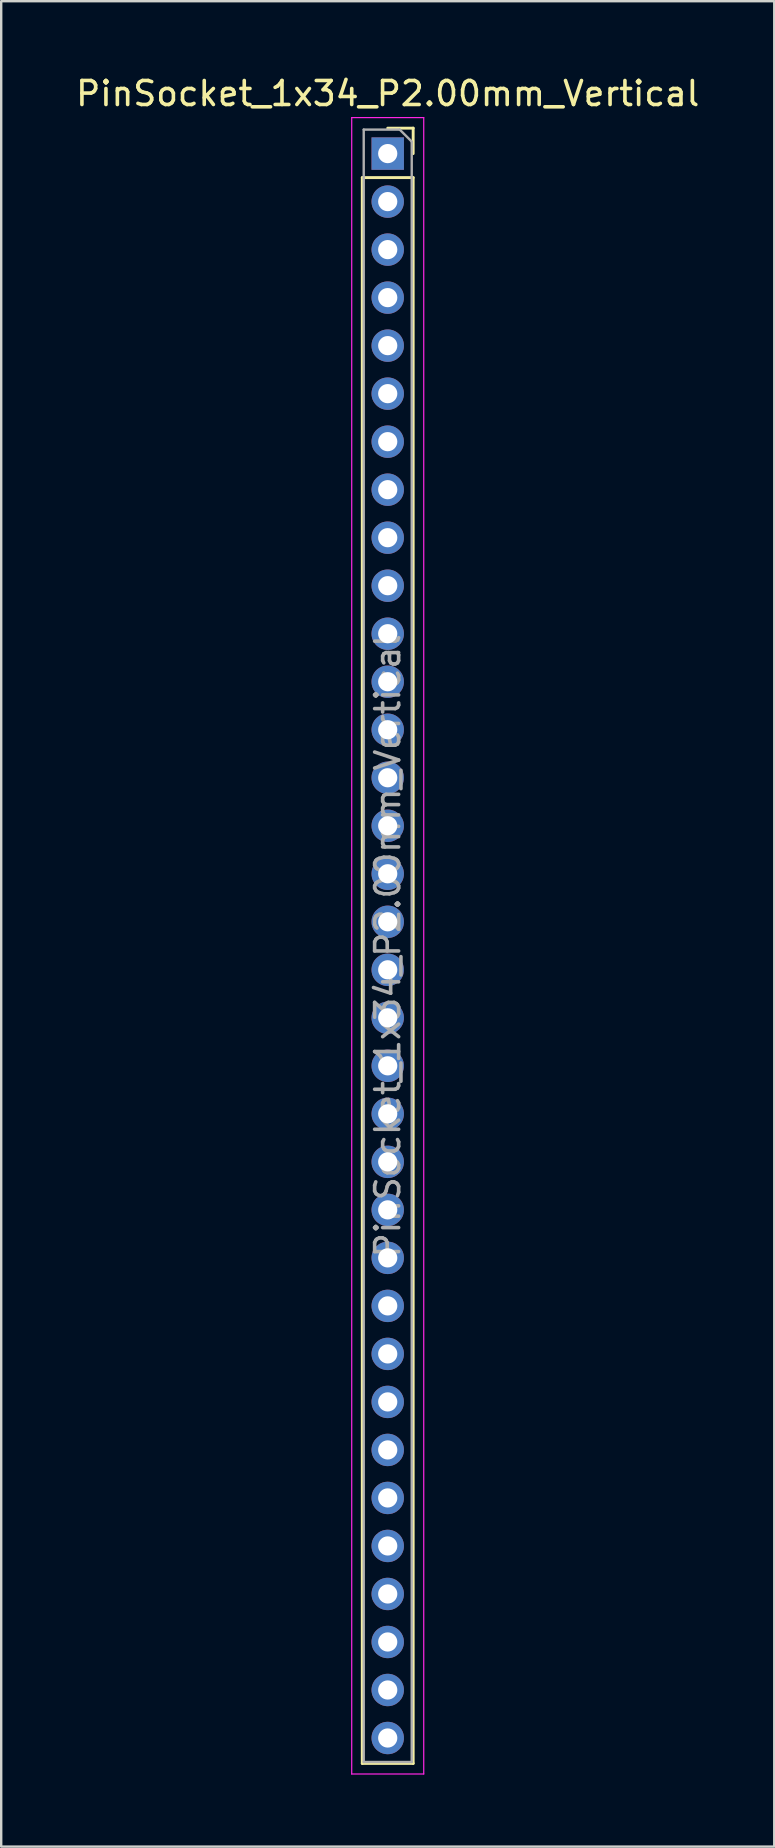
<source format=kicad_pcb>
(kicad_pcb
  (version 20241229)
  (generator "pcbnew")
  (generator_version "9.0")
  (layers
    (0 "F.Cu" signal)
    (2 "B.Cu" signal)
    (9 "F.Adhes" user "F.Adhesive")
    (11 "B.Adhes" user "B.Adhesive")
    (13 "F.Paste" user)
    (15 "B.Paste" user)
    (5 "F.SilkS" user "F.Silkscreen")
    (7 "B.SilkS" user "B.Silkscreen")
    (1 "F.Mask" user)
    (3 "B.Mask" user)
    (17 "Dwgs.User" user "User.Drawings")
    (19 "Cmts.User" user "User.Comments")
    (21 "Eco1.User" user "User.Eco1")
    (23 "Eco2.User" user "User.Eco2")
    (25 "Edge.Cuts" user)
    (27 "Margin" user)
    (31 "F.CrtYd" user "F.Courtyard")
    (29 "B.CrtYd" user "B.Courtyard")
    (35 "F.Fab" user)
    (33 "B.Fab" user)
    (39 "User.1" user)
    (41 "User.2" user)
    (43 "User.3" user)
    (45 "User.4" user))
  (footprint "PinSocket_1x34_P2.00mm_Vertical"
    (layer "F.Cu")
    (at 13.101 3.348)
    (property "Reference" "PinSocket_1x34_P2.00mm_Vertical" (at 0 -2.5 0) (layer "F.SilkS") (effects (font (size 1 1) (thickness 0.15))))
    (attr through_hole)
    (fp_line (start -1.06 1) (end -1.06 67.06) (stroke (width 0.12) (type solid)) (layer "F.SilkS"))
    (fp_line (start -1.06 1) (end 1.06 1) (stroke (width 0.12) (type solid)) (layer "F.SilkS"))
    (fp_line (start -1.06 67.06) (end 1.06 67.06) (stroke (width 0.12) (type solid)) (layer "F.SilkS"))
    (fp_line (start 0 -1.06) (end 1.06 -1.06) (stroke (width 0.12) (type solid)) (layer "F.SilkS"))
    (fp_line (start 1.06 -1.06) (end 1.06 0) (stroke (width 0.12) (type solid)) (layer "F.SilkS"))
    (fp_line (start 1.06 1) (end 1.06 67.06) (stroke (width 0.12) (type solid)) (layer "F.SilkS"))
    (fp_line (start -1.5 -1.5) (end 1.5 -1.5) (stroke (width 0.05) (type solid)) (layer "F.CrtYd"))
    (fp_line (start -1.5 67.5) (end -1.5 -1.5) (stroke (width 0.05) (type solid)) (layer "F.CrtYd"))
    (fp_line (start 1.5 -1.5) (end 1.5 67.5) (stroke (width 0.05) (type solid)) (layer "F.CrtYd"))
    (fp_line (start 1.5 67.5) (end -1.5 67.5) (stroke (width 0.05) (type solid)) (layer "F.CrtYd"))
    (fp_line (start -1 -1) (end 0.5 -1) (stroke (width 0.1) (type solid)) (layer "F.Fab"))
    (fp_line (start -1 67) (end -1 -1) (stroke (width 0.1) (type solid)) (layer "F.Fab"))
    (fp_line (start 0.5 -1) (end 1 -0.5) (stroke (width 0.1) (type solid)) (layer "F.Fab"))
    (fp_line (start 1 -0.5) (end 1 67) (stroke (width 0.1) (type solid)) (layer "F.Fab"))
    (fp_line (start 1 67) (end -1 67) (stroke (width 0.1) (type solid)) (layer "F.Fab"))
    (fp_text user "${REFERENCE}" (at 0 33 90) (layer "F.Fab") (effects (font (size 1 1) (thickness 0.15))))
    (pad "1" thru_hole rect (at 0 0) (size 1.35 1.35) (drill 0.8) (layers "*.Cu" "*.Mask"))
    (pad "2" thru_hole oval (at 0 2) (size 1.35 1.35) (drill 0.8) (layers "*.Cu" "*.Mask"))
    (pad "3" thru_hole oval (at 0 4) (size 1.35 1.35) (drill 0.8) (layers "*.Cu" "*.Mask"))
    (pad "4" thru_hole oval (at 0 6) (size 1.35 1.35) (drill 0.8) (layers "*.Cu" "*.Mask"))
    (pad "5" thru_hole oval (at 0 8) (size 1.35 1.35) (drill 0.8) (layers "*.Cu" "*.Mask"))
    (pad "6" thru_hole oval (at 0 10) (size 1.35 1.35) (drill 0.8) (layers "*.Cu" "*.Mask"))
    (pad "7" thru_hole oval (at 0 12) (size 1.35 1.35) (drill 0.8) (layers "*.Cu" "*.Mask"))
    (pad "8" thru_hole oval (at 0 14) (size 1.35 1.35) (drill 0.8) (layers "*.Cu" "*.Mask"))
    (pad "9" thru_hole oval (at 0 16) (size 1.35 1.35) (drill 0.8) (layers "*.Cu" "*.Mask"))
    (pad "10" thru_hole oval (at 0 18) (size 1.35 1.35) (drill 0.8) (layers "*.Cu" "*.Mask"))
    (pad "11" thru_hole oval (at 0 20) (size 1.35 1.35) (drill 0.8) (layers "*.Cu" "*.Mask"))
    (pad "12" thru_hole oval (at 0 22) (size 1.35 1.35) (drill 0.8) (layers "*.Cu" "*.Mask"))
    (pad "13" thru_hole oval (at 0 24) (size 1.35 1.35) (drill 0.8) (layers "*.Cu" "*.Mask"))
    (pad "14" thru_hole oval (at 0 26) (size 1.35 1.35) (drill 0.8) (layers "*.Cu" "*.Mask"))
    (pad "15" thru_hole oval (at 0 28) (size 1.35 1.35) (drill 0.8) (layers "*.Cu" "*.Mask"))
    (pad "16" thru_hole oval (at 0 30) (size 1.35 1.35) (drill 0.8) (layers "*.Cu" "*.Mask"))
    (pad "17" thru_hole oval (at 0 32) (size 1.35 1.35) (drill 0.8) (layers "*.Cu" "*.Mask"))
    (pad "18" thru_hole oval (at 0 34) (size 1.35 1.35) (drill 0.8) (layers "*.Cu" "*.Mask"))
    (pad "19" thru_hole oval (at 0 36) (size 1.35 1.35) (drill 0.8) (layers "*.Cu" "*.Mask"))
    (pad "20" thru_hole oval (at 0 38) (size 1.35 1.35) (drill 0.8) (layers "*.Cu" "*.Mask"))
    (pad "21" thru_hole oval (at 0 40) (size 1.35 1.35) (drill 0.8) (layers "*.Cu" "*.Mask"))
    (pad "22" thru_hole oval (at 0 42) (size 1.35 1.35) (drill 0.8) (layers "*.Cu" "*.Mask"))
    (pad "23" thru_hole oval (at 0 44) (size 1.35 1.35) (drill 0.8) (layers "*.Cu" "*.Mask"))
    (pad "24" thru_hole oval (at 0 46) (size 1.35 1.35) (drill 0.8) (layers "*.Cu" "*.Mask"))
    (pad "25" thru_hole oval (at 0 48) (size 1.35 1.35) (drill 0.8) (layers "*.Cu" "*.Mask"))
    (pad "26" thru_hole oval (at 0 50) (size 1.35 1.35) (drill 0.8) (layers "*.Cu" "*.Mask"))
    (pad "27" thru_hole oval (at 0 52) (size 1.35 1.35) (drill 0.8) (layers "*.Cu" "*.Mask"))
    (pad "28" thru_hole oval (at 0 54) (size 1.35 1.35) (drill 0.8) (layers "*.Cu" "*.Mask"))
    (pad "29" thru_hole oval (at 0 56) (size 1.35 1.35) (drill 0.8) (layers "*.Cu" "*.Mask"))
    (pad "30" thru_hole oval (at 0 58) (size 1.35 1.35) (drill 0.8) (layers "*.Cu" "*.Mask"))
    (pad "31" thru_hole oval (at 0 60) (size 1.35 1.35) (drill 0.8) (layers "*.Cu" "*.Mask"))
    (pad "32" thru_hole oval (at 0 62) (size 1.35 1.35) (drill 0.8) (layers "*.Cu" "*.Mask"))
    (pad "33" thru_hole oval (at 0 64) (size 1.35 1.35) (drill 0.8) (layers "*.Cu" "*.Mask"))
    (pad "34" thru_hole oval (at 0 66) (size 1.35 1.35) (drill 0.8) (layers "*.Cu" "*.Mask")))
  (gr_rect
    (start -3 -3)
    (end 29.202 73.873)
    (stroke (width 0.1) (type default))
    (fill no)
    (layer "Edge.Cuts")))
</source>
